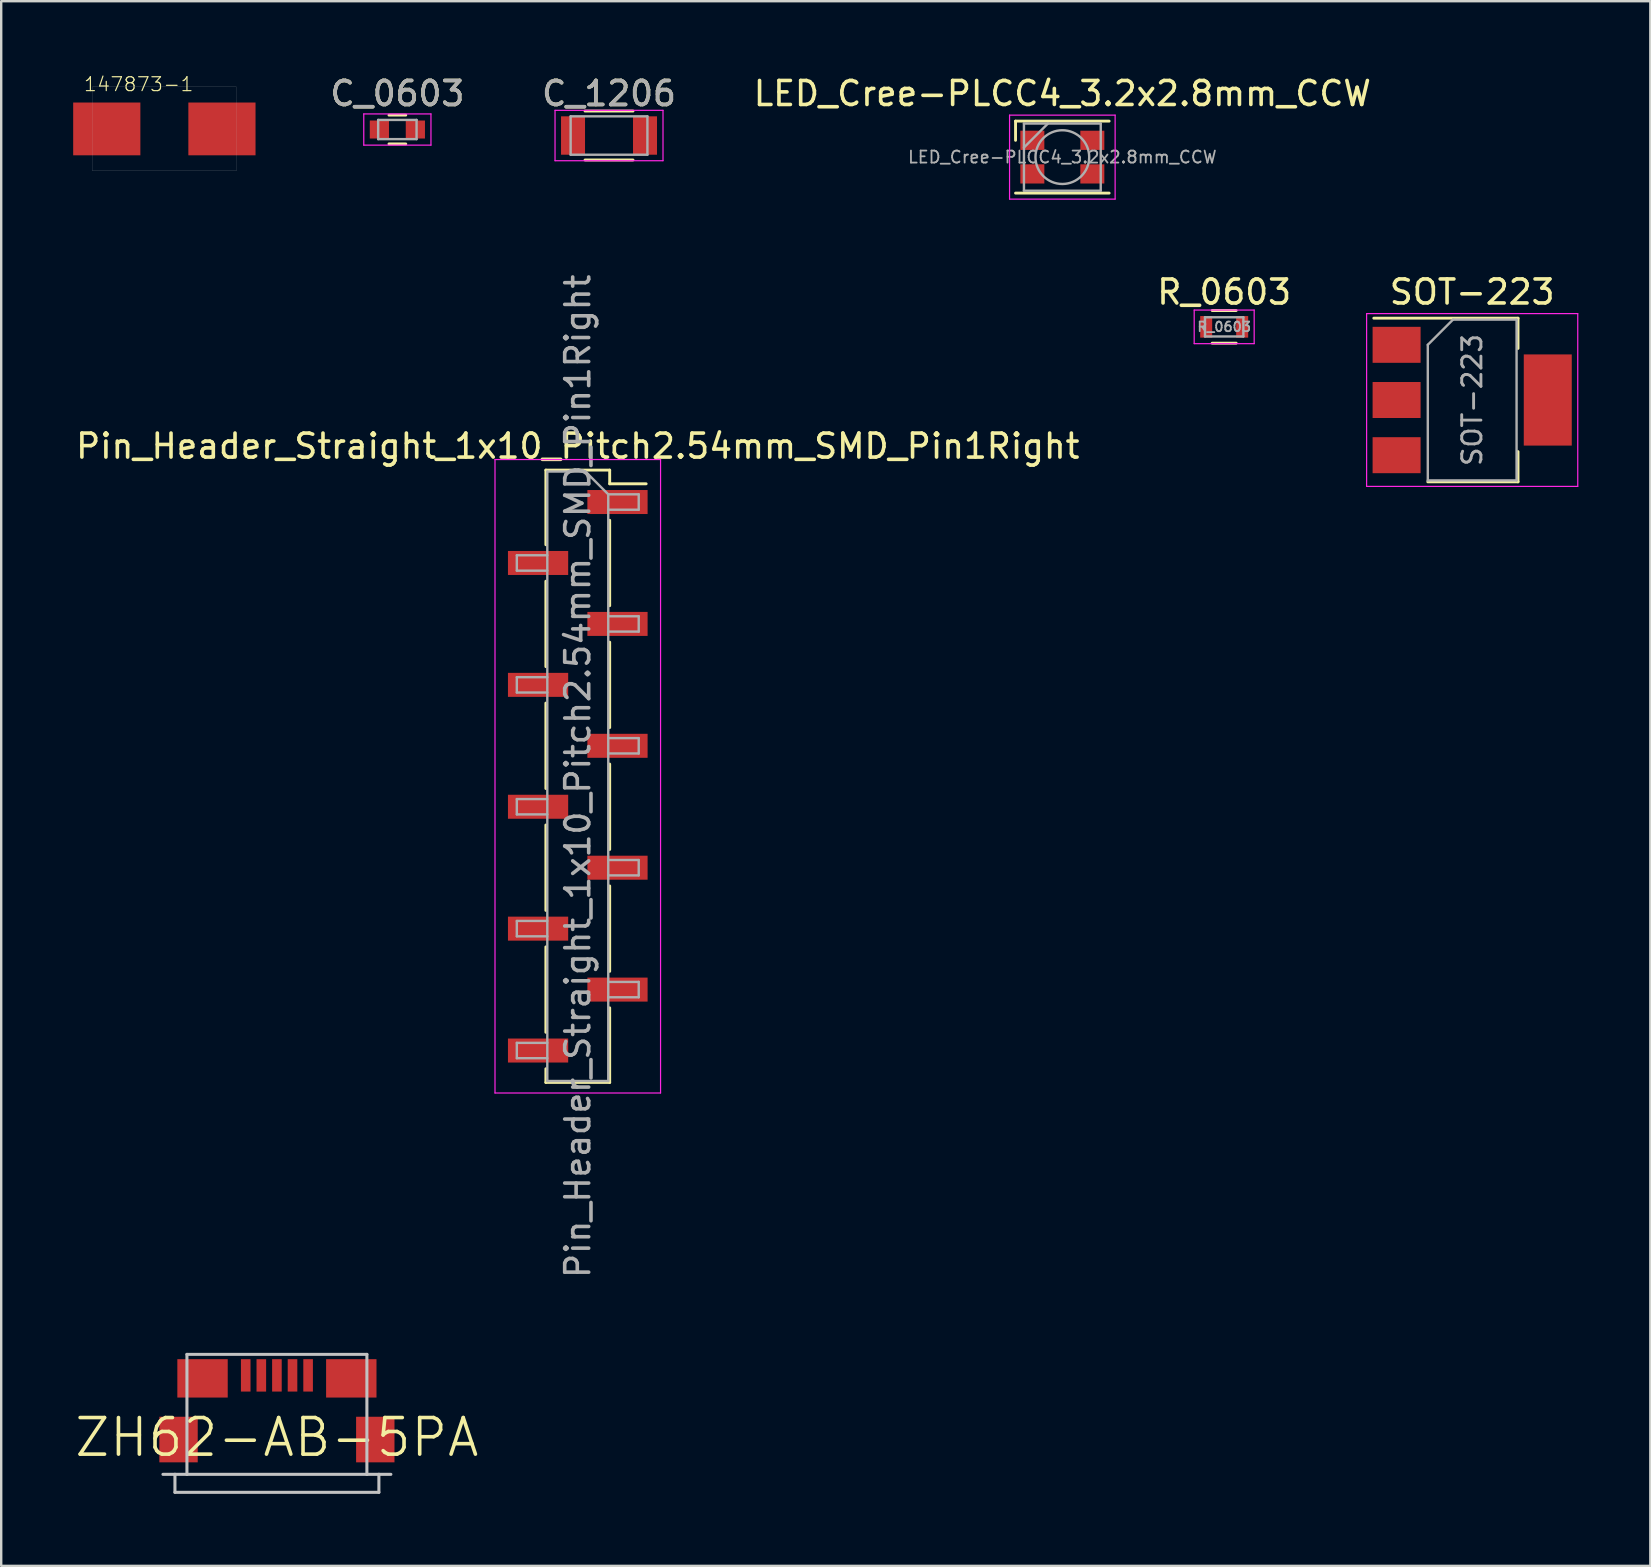
<source format=kicad_pcb>
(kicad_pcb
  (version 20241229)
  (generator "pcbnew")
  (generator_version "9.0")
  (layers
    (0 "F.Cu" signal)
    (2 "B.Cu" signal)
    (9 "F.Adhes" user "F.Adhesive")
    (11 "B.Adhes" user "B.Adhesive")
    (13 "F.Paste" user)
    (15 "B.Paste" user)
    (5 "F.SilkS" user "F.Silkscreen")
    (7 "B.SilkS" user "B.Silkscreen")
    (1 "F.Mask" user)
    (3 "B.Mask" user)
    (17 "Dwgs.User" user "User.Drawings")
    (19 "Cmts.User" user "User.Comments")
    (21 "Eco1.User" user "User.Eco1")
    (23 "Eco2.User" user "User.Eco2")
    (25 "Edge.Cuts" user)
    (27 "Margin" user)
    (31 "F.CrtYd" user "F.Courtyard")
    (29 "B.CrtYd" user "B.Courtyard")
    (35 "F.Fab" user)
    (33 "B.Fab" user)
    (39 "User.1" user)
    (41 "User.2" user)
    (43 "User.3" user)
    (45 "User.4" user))
  (footprint "C_0603"
    (layer "F.Cu")
    (at 13.511 2.348)
    (property "Reference" "C_0603" (at 0 -1.5 0) (layer "F.SilkS") (effects (font (size 1 1) (thickness 0.15))))
    (attr smd)
    (fp_line (start -0.35 -0.6) (end 0.35 -0.6) (stroke (width 0.12) (type solid)) (layer "F.SilkS"))
    (fp_line (start 0.35 0.6) (end -0.35 0.6) (stroke (width 0.12) (type solid)) (layer "F.SilkS"))
    (fp_line (start -1.4 -0.65) (end -1.4 0.65) (stroke (width 0.05) (type solid)) (layer "F.CrtYd"))
    (fp_line (start -1.4 -0.65) (end 1.4 -0.65) (stroke (width 0.05) (type solid)) (layer "F.CrtYd"))
    (fp_line (start 1.4 0.65) (end -1.4 0.65) (stroke (width 0.05) (type solid)) (layer "F.CrtYd"))
    (fp_line (start 1.4 0.65) (end 1.4 -0.65) (stroke (width 0.05) (type solid)) (layer "F.CrtYd"))
    (fp_line (start -0.8 -0.4) (end 0.8 -0.4) (stroke (width 0.1) (type solid)) (layer "F.Fab"))
    (fp_line (start -0.8 0.4) (end -0.8 -0.4) (stroke (width 0.1) (type solid)) (layer "F.Fab"))
    (fp_line (start 0.8 -0.4) (end 0.8 0.4) (stroke (width 0.1) (type solid)) (layer "F.Fab"))
    (fp_line (start 0.8 0.4) (end -0.8 0.4) (stroke (width 0.1) (type solid)) (layer "F.Fab"))
    (fp_text user "${REFERENCE}" (at 0 -1.5 0) (layer "F.Fab") (effects (font (size 1 1) (thickness 0.15))))
    (pad "1" smd rect (at -0.75 0) (size 0.8 0.75) (layers "F.Cu" "F.Mask" "F.Paste"))
    (pad "2" smd rect (at 0.75 0) (size 0.8 0.75) (layers "F.Cu" "F.Mask" "F.Paste")))
  (footprint "R_0603"
    (layer "F.Cu")
    (at 47.97 10.572)
    (property "Reference" "R_0603" (at 0 -1.45 0) (layer "F.SilkS") (effects (font (size 1 1) (thickness 0.15))))
    (attr smd)
    (fp_line (start -0.5 -0.68) (end 0.5 -0.68) (stroke (width 0.12) (type solid)) (layer "F.SilkS"))
    (fp_line (start 0.5 0.68) (end -0.5 0.68) (stroke (width 0.12) (type solid)) (layer "F.SilkS"))
    (fp_line (start -1.25 -0.7) (end -1.25 0.7) (stroke (width 0.05) (type solid)) (layer "F.CrtYd"))
    (fp_line (start -1.25 -0.7) (end 1.25 -0.7) (stroke (width 0.05) (type solid)) (layer "F.CrtYd"))
    (fp_line (start 1.25 0.7) (end -1.25 0.7) (stroke (width 0.05) (type solid)) (layer "F.CrtYd"))
    (fp_line (start 1.25 0.7) (end 1.25 -0.7) (stroke (width 0.05) (type solid)) (layer "F.CrtYd"))
    (fp_line (start -0.8 -0.4) (end 0.8 -0.4) (stroke (width 0.1) (type solid)) (layer "F.Fab"))
    (fp_line (start -0.8 0.4) (end -0.8 -0.4) (stroke (width 0.1) (type solid)) (layer "F.Fab"))
    (fp_line (start 0.8 -0.4) (end 0.8 0.4) (stroke (width 0.1) (type solid)) (layer "F.Fab"))
    (fp_line (start 0.8 0.4) (end -0.8 0.4) (stroke (width 0.1) (type solid)) (layer "F.Fab"))
    (fp_text user "${REFERENCE}" (at 0 0 0) (layer "F.Fab") (effects (font (size 0.4 0.4) (thickness 0.075))))
    (pad "1" smd rect (at -0.75 0) (size 0.5 0.9) (layers "F.Cu" "F.Mask" "F.Paste"))
    (pad "2" smd rect (at 0.75 0) (size 0.5 0.9) (layers "F.Cu" "F.Mask" "F.Paste")))
  (footprint "147873-1"
    (layer "F.Cu")
    (at 3.8 2.323)
    (property "Reference" "147873-1" (at 1.25 -2.2 0) (layer "F.SilkS") (effects (font (size 0.579 0.579) (thickness 0.049)) (justify right top)))
    (attr through_hole)
    (fp_line (start -3 -1.75) (end 3 -1.75) (stroke (width 0.005) (type solid)) (layer "Dwgs.User"))
    (fp_line (start -3 1.75) (end -3 -1.75) (stroke (width 0.005) (type solid)) (layer "Dwgs.User"))
    (fp_line (start 3 -1.75) (end 3 1.75) (stroke (width 0.005) (type solid)) (layer "Dwgs.User"))
    (fp_line (start 3 1.75) (end -3 1.75) (stroke (width 0.005) (type solid)) (layer "Dwgs.User"))
    (pad "1" smd rect (at -2.4 0) (size 2.8 2.2) (layers "F.Cu" "F.Mask" "F.Paste"))
    (pad "2" smd rect (at 2.4 0) (size 2.8 2.2) (layers "F.Cu" "F.Mask" "F.Paste")))
  (footprint "Pin_Header_Straight_1x10_Pitch2.54mm_SMD_Pin1Right"
    (layer "F.Cu")
    (at 21.03 29.303)
    (property "Reference" "Pin_Header_Straight_1x10_Pitch2.54mm_SMD_Pin1Right" (at 0 -13.76 0) (layer "F.SilkS") (effects (font (size 1 1) (thickness 0.15))))
    (attr smd)
    (fp_line (start -1.33 -12.76) (end -1.33 -9.65) (stroke (width 0.12) (type solid)) (layer "F.SilkS"))
    (fp_line (start -1.33 -12.76) (end 1.33 -12.76) (stroke (width 0.12) (type solid)) (layer "F.SilkS"))
    (fp_line (start -1.33 -8.13) (end -1.33 -4.57) (stroke (width 0.12) (type solid)) (layer "F.SilkS"))
    (fp_line (start -1.33 -3.05) (end -1.33 0.51) (stroke (width 0.12) (type solid)) (layer "F.SilkS"))
    (fp_line (start -1.33 2.03) (end -1.33 5.59) (stroke (width 0.12) (type solid)) (layer "F.SilkS"))
    (fp_line (start -1.33 7.11) (end -1.33 10.67) (stroke (width 0.12) (type solid)) (layer "F.SilkS"))
    (fp_line (start -1.33 12.19) (end -1.33 12.76) (stroke (width 0.12) (type solid)) (layer "F.SilkS"))
    (fp_line (start -1.33 12.76) (end 1.33 12.76) (stroke (width 0.12) (type solid)) (layer "F.SilkS"))
    (fp_line (start 1.33 -12.76) (end 1.33 -12.19) (stroke (width 0.12) (type solid)) (layer "F.SilkS"))
    (fp_line (start 1.33 -12.19) (end 2.85 -12.19) (stroke (width 0.12) (type solid)) (layer "F.SilkS"))
    (fp_line (start 1.33 -10.67) (end 1.33 -7.11) (stroke (width 0.12) (type solid)) (layer "F.SilkS"))
    (fp_line (start 1.33 -5.59) (end 1.33 -2.03) (stroke (width 0.12) (type solid)) (layer "F.SilkS"))
    (fp_line (start 1.33 -0.51) (end 1.33 3.05) (stroke (width 0.12) (type solid)) (layer "F.SilkS"))
    (fp_line (start 1.33 4.57) (end 1.33 8.13) (stroke (width 0.12) (type solid)) (layer "F.SilkS"))
    (fp_line (start 1.33 9.65) (end 1.33 12.76) (stroke (width 0.12) (type solid)) (layer "F.SilkS"))
    (fp_line (start -3.45 -13.2) (end -3.45 13.2) (stroke (width 0.05) (type solid)) (layer "F.CrtYd"))
    (fp_line (start -3.45 13.2) (end 3.45 13.2) (stroke (width 0.05) (type solid)) (layer "F.CrtYd"))
    (fp_line (start 3.45 -13.2) (end -3.45 -13.2) (stroke (width 0.05) (type solid)) (layer "F.CrtYd"))
    (fp_line (start 3.45 13.2) (end 3.45 -13.2) (stroke (width 0.05) (type solid)) (layer "F.CrtYd"))
    (fp_line (start -2.54 -9.21) (end -2.54 -8.57) (stroke (width 0.1) (type solid)) (layer "F.Fab"))
    (fp_line (start -2.54 -8.57) (end -1.27 -8.57) (stroke (width 0.1) (type solid)) (layer "F.Fab"))
    (fp_line (start -2.54 -4.13) (end -2.54 -3.49) (stroke (width 0.1) (type solid)) (layer "F.Fab"))
    (fp_line (start -2.54 -3.49) (end -1.27 -3.49) (stroke (width 0.1) (type solid)) (layer "F.Fab"))
    (fp_line (start -2.54 0.95) (end -2.54 1.59) (stroke (width 0.1) (type solid)) (layer "F.Fab"))
    (fp_line (start -2.54 1.59) (end -1.27 1.59) (stroke (width 0.1) (type solid)) (layer "F.Fab"))
    (fp_line (start -2.54 6.03) (end -2.54 6.67) (stroke (width 0.1) (type solid)) (layer "F.Fab"))
    (fp_line (start -2.54 6.67) (end -1.27 6.67) (stroke (width 0.1) (type solid)) (layer "F.Fab"))
    (fp_line (start -2.54 11.11) (end -2.54 11.75) (stroke (width 0.1) (type solid)) (layer "F.Fab"))
    (fp_line (start -2.54 11.75) (end -1.27 11.75) (stroke (width 0.1) (type solid)) (layer "F.Fab"))
    (fp_line (start -1.27 -12.7) (end -1.27 12.7) (stroke (width 0.1) (type solid)) (layer "F.Fab"))
    (fp_line (start -1.27 -12.7) (end 0.32 -12.7) (stroke (width 0.1) (type solid)) (layer "F.Fab"))
    (fp_line (start -1.27 -9.21) (end -2.54 -9.21) (stroke (width 0.1) (type solid)) (layer "F.Fab"))
    (fp_line (start -1.27 -4.13) (end -2.54 -4.13) (stroke (width 0.1) (type solid)) (layer "F.Fab"))
    (fp_line (start -1.27 0.95) (end -2.54 0.95) (stroke (width 0.1) (type solid)) (layer "F.Fab"))
    (fp_line (start -1.27 6.03) (end -2.54 6.03) (stroke (width 0.1) (type solid)) (layer "F.Fab"))
    (fp_line (start -1.27 11.11) (end -2.54 11.11) (stroke (width 0.1) (type solid)) (layer "F.Fab"))
    (fp_line (start 1.27 -11.75) (end 0.32 -12.7) (stroke (width 0.1) (type solid)) (layer "F.Fab"))
    (fp_line (start 1.27 -11.75) (end 2.54 -11.75) (stroke (width 0.1) (type solid)) (layer "F.Fab"))
    (fp_line (start 1.27 -6.67) (end 2.54 -6.67) (stroke (width 0.1) (type solid)) (layer "F.Fab"))
    (fp_line (start 1.27 -1.59) (end 2.54 -1.59) (stroke (width 0.1) (type solid)) (layer "F.Fab"))
    (fp_line (start 1.27 3.49) (end 2.54 3.49) (stroke (width 0.1) (type solid)) (layer "F.Fab"))
    (fp_line (start 1.27 8.57) (end 2.54 8.57) (stroke (width 0.1) (type solid)) (layer "F.Fab"))
    (fp_line (start 1.27 12.7) (end -1.27 12.7) (stroke (width 0.1) (type solid)) (layer "F.Fab"))
    (fp_line (start 1.27 12.7) (end 1.27 -11.75) (stroke (width 0.1) (type solid)) (layer "F.Fab"))
    (fp_line (start 2.54 -11.75) (end 2.54 -11.11) (stroke (width 0.1) (type solid)) (layer "F.Fab"))
    (fp_line (start 2.54 -11.11) (end 1.27 -11.11) (stroke (width 0.1) (type solid)) (layer "F.Fab"))
    (fp_line (start 2.54 -6.67) (end 2.54 -6.03) (stroke (width 0.1) (type solid)) (layer "F.Fab"))
    (fp_line (start 2.54 -6.03) (end 1.27 -6.03) (stroke (width 0.1) (type solid)) (layer "F.Fab"))
    (fp_line (start 2.54 -1.59) (end 2.54 -0.95) (stroke (width 0.1) (type solid)) (layer "F.Fab"))
    (fp_line (start 2.54 -0.95) (end 1.27 -0.95) (stroke (width 0.1) (type solid)) (layer "F.Fab"))
    (fp_line (start 2.54 3.49) (end 2.54 4.13) (stroke (width 0.1) (type solid)) (layer "F.Fab"))
    (fp_line (start 2.54 4.13) (end 1.27 4.13) (stroke (width 0.1) (type solid)) (layer "F.Fab"))
    (fp_line (start 2.54 8.57) (end 2.54 9.21) (stroke (width 0.1) (type solid)) (layer "F.Fab"))
    (fp_line (start 2.54 9.21) (end 1.27 9.21) (stroke (width 0.1) (type solid)) (layer "F.Fab"))
    (fp_text user "${REFERENCE}" (at 0 0 90) (layer "F.Fab") (effects (font (size 1 1) (thickness 0.15))))
    (pad "1" smd rect (at 1.655 -11.43) (size 2.51 1) (layers "F.Cu" "F.Mask" "F.Paste"))
    (pad "2" smd rect (at -1.655 -8.89) (size 2.51 1) (layers "F.Cu" "F.Mask" "F.Paste"))
    (pad "3" smd rect (at 1.655 -6.35) (size 2.51 1) (layers "F.Cu" "F.Mask" "F.Paste"))
    (pad "4" smd rect (at -1.655 -3.81) (size 2.51 1) (layers "F.Cu" "F.Mask" "F.Paste"))
    (pad "5" smd rect (at 1.655 -1.27) (size 2.51 1) (layers "F.Cu" "F.Mask" "F.Paste"))
    (pad "6" smd rect (at -1.655 1.27) (size 2.51 1) (layers "F.Cu" "F.Mask" "F.Paste"))
    (pad "7" smd rect (at 1.655 3.81) (size 2.51 1) (layers "F.Cu" "F.Mask" "F.Paste"))
    (pad "8" smd rect (at -1.655 6.35) (size 2.51 1) (layers "F.Cu" "F.Mask" "F.Paste"))
    (pad "9" smd rect (at 1.655 8.89) (size 2.51 1) (layers "F.Cu" "F.Mask" "F.Paste"))
    (pad "10" smd rect (at -1.655 11.43) (size 2.51 1) (layers "F.Cu" "F.Mask" "F.Paste")))
  (footprint "C_1206"
    (layer "F.Cu")
    (at 22.332 2.598)
    (property "Reference" "C_1206" (at 0 -1.75 0) (layer "F.SilkS") (effects (font (size 1 1) (thickness 0.15))))
    (attr smd)
    (fp_line (start -1 1.02) (end 1 1.02) (stroke (width 0.12) (type solid)) (layer "F.SilkS"))
    (fp_line (start 1 -1.02) (end -1 -1.02) (stroke (width 0.12) (type solid)) (layer "F.SilkS"))
    (fp_line (start -2.25 -1.05) (end -2.25 1.05) (stroke (width 0.05) (type solid)) (layer "F.CrtYd"))
    (fp_line (start -2.25 -1.05) (end 2.25 -1.05) (stroke (width 0.05) (type solid)) (layer "F.CrtYd"))
    (fp_line (start 2.25 1.05) (end -2.25 1.05) (stroke (width 0.05) (type solid)) (layer "F.CrtYd"))
    (fp_line (start 2.25 1.05) (end 2.25 -1.05) (stroke (width 0.05) (type solid)) (layer "F.CrtYd"))
    (fp_line (start -1.6 -0.8) (end 1.6 -0.8) (stroke (width 0.1) (type solid)) (layer "F.Fab"))
    (fp_line (start -1.6 0.8) (end -1.6 -0.8) (stroke (width 0.1) (type solid)) (layer "F.Fab"))
    (fp_line (start 1.6 -0.8) (end 1.6 0.8) (stroke (width 0.1) (type solid)) (layer "F.Fab"))
    (fp_line (start 1.6 0.8) (end -1.6 0.8) (stroke (width 0.1) (type solid)) (layer "F.Fab"))
    (fp_text user "${REFERENCE}" (at 0 -1.75 0) (layer "F.Fab") (effects (font (size 1 1) (thickness 0.15))))
    (pad "1" smd rect (at -1.5 0) (size 1 1.6) (layers "F.Cu" "F.Mask" "F.Paste"))
    (pad "2" smd rect (at 1.5 0) (size 1 1.6) (layers "F.Cu" "F.Mask" "F.Paste")))
  (footprint "ZH62-AB-5PA"
    (layer "F.Cu")
    (at 8.491 56.856)
    (property "Reference" "ZH62-AB-5PA" (at 0 0 0) (layer "F.SilkS") (effects (font (size 1.524 1.524) (thickness 0.15))))
    (attr through_hole)
    (fp_line (start -4.75 1.54) (end -4.25 1.54) (stroke (width 0.127) (type solid)) (layer "Dwgs.User"))
    (fp_line (start -4.25 1.54) (end -3.75 1.54) (stroke (width 0.127) (type solid)) (layer "Dwgs.User"))
    (fp_line (start -4.25 2.29) (end -4.25 1.54) (stroke (width 0.127) (type solid)) (layer "Dwgs.User"))
    (fp_line (start -4.25 2.29) (end 4.25 2.29) (stroke (width 0.127) (type solid)) (layer "Dwgs.User"))
    (fp_line (start -3.75 -3.46) (end 3.75 -3.46) (stroke (width 0.127) (type solid)) (layer "Dwgs.User"))
    (fp_line (start -3.75 1.54) (end -3.75 -3.46) (stroke (width 0.127) (type solid)) (layer "Dwgs.User"))
    (fp_line (start -3.75 1.54) (end 3.75 1.54) (stroke (width 0.127) (type solid)) (layer "Dwgs.User"))
    (fp_line (start 3.75 -3.46) (end 3.75 1.54) (stroke (width 0.127) (type solid)) (layer "Dwgs.User"))
    (fp_line (start 3.75 1.54) (end 4.25 1.54) (stroke (width 0.127) (type solid)) (layer "Dwgs.User"))
    (fp_line (start 4.25 1.54) (end 4.75 1.54) (stroke (width 0.127) (type solid)) (layer "Dwgs.User"))
    (fp_line (start 4.25 2.29) (end 4.25 1.54) (stroke (width 0.127) (type solid)) (layer "Dwgs.User"))
    (pad "1" smd rect (at -1.3 -2.585 90) (size 1.35 0.4) (layers "F.Cu" "F.Mask" "F.Paste"))
    (pad "2" smd rect (at -0.65 -2.584 90) (size 1.35 0.4) (layers "F.Cu" "F.Mask" "F.Paste"))
    (pad "3" smd rect (at 0 -2.585 90) (size 1.35 0.4) (layers "F.Cu" "F.Mask" "F.Paste"))
    (pad "4" smd rect (at 0.65 -2.585 90) (size 1.35 0.4) (layers "F.Cu" "F.Mask" "F.Paste"))
    (pad "5" smd rect (at 1.3 -2.585 90) (size 1.35 0.4) (layers "F.Cu" "F.Mask" "F.Paste"))
    (pad "6" smd rect (at -4.1 0.09 90) (size 1.9 1.6) (layers "F.Cu" "F.Mask" "F.Paste"))
    (pad "P$7" smd rect (at -3.1 -2.46) (size 2.1 1.6) (layers "F.Cu" "F.Mask" "F.Paste"))
    (pad "P$8" smd rect (at 3.1 -2.46) (size 2.1 1.6) (layers "F.Cu" "F.Mask" "F.Paste"))
    (pad "P$9" smd rect (at 4.1 0.09 90) (size 1.9 1.6) (layers "F.Cu" "F.Mask" "F.Paste")))
  (footprint "SOT-223"
    (layer "F.Cu")
    (at 58.306 13.621)
    (property "Reference" "SOT-223" (at 0 -4.5 0) (layer "F.SilkS") (effects (font (size 1 1) (thickness 0.15))))
    (attr smd)
    (fp_line (start -4.1 -3.41) (end 1.91 -3.41) (stroke (width 0.12) (type solid)) (layer "F.SilkS"))
    (fp_line (start -1.85 3.41) (end 1.91 3.41) (stroke (width 0.12) (type solid)) (layer "F.SilkS"))
    (fp_line (start 1.91 -3.41) (end 1.91 -2.15) (stroke (width 0.12) (type solid)) (layer "F.SilkS"))
    (fp_line (start 1.91 3.41) (end 1.91 2.15) (stroke (width 0.12) (type solid)) (layer "F.SilkS"))
    (fp_line (start -4.4 -3.6) (end -4.4 3.6) (stroke (width 0.05) (type solid)) (layer "F.CrtYd"))
    (fp_line (start -4.4 3.6) (end 4.4 3.6) (stroke (width 0.05) (type solid)) (layer "F.CrtYd"))
    (fp_line (start 4.4 -3.6) (end -4.4 -3.6) (stroke (width 0.05) (type solid)) (layer "F.CrtYd"))
    (fp_line (start 4.4 3.6) (end 4.4 -3.6) (stroke (width 0.05) (type solid)) (layer "F.CrtYd"))
    (fp_line (start -1.85 -2.3) (end -1.85 3.35) (stroke (width 0.1) (type solid)) (layer "F.Fab"))
    (fp_line (start -1.85 -2.3) (end -0.8 -3.35) (stroke (width 0.1) (type solid)) (layer "F.Fab"))
    (fp_line (start -1.85 3.35) (end 1.85 3.35) (stroke (width 0.1) (type solid)) (layer "F.Fab"))
    (fp_line (start -0.8 -3.35) (end 1.85 -3.35) (stroke (width 0.1) (type solid)) (layer "F.Fab"))
    (fp_line (start 1.85 -3.35) (end 1.85 3.35) (stroke (width 0.1) (type solid)) (layer "F.Fab"))
    (fp_text user "${REFERENCE}" (at 0 0 90) (layer "F.Fab") (effects (font (size 0.8 0.8) (thickness 0.12))))
    (pad "1" smd rect (at -3.15 -2.3) (size 2 1.5) (layers "F.Cu" "F.Mask" "F.Paste"))
    (pad "2" smd rect (at -3.15 0) (size 2 1.5) (layers "F.Cu" "F.Mask" "F.Paste"))
    (pad "3" smd rect (at -3.15 2.3) (size 2 1.5) (layers "F.Cu" "F.Mask" "F.Paste"))
    (pad "4" smd rect (at 3.15 0) (size 2 3.8) (layers "F.Cu" "F.Mask" "F.Paste")))
  (footprint "LED_Cree-PLCC4_3.2x2.8mm_CCW"
    (layer "F.Cu")
    (at 41.225 3.498)
    (property "Reference" "LED_Cree-PLCC4_3.2x2.8mm_CCW" (at 0 -2.65 0) (layer "F.SilkS") (effects (font (size 1 1) (thickness 0.15))))
    (attr smd)
    (fp_line (start -1.95 -1.5) (end 1.95 -1.5) (stroke (width 0.12) (type solid)) (layer "F.SilkS"))
    (fp_line (start -1.95 -0.7) (end -1.95 -1.5) (stroke (width 0.12) (type solid)) (layer "F.SilkS"))
    (fp_line (start -1.95 1.5) (end 1.95 1.5) (stroke (width 0.12) (type solid)) (layer "F.SilkS"))
    (fp_line (start -2.2 -1.75) (end -2.2 1.75) (stroke (width 0.05) (type solid)) (layer "F.CrtYd"))
    (fp_line (start -2.2 1.75) (end 2.2 1.75) (stroke (width 0.05) (type solid)) (layer "F.CrtYd"))
    (fp_line (start 2.2 -1.75) (end -2.2 -1.75) (stroke (width 0.05) (type solid)) (layer "F.CrtYd"))
    (fp_line (start 2.2 1.75) (end 2.2 -1.75) (stroke (width 0.05) (type solid)) (layer "F.CrtYd"))
    (fp_line (start -1.6 -1.4) (end -1.6 1.4) (stroke (width 0.1) (type solid)) (layer "F.Fab"))
    (fp_line (start -1.6 1.4) (end 1.6 1.4) (stroke (width 0.1) (type solid)) (layer "F.Fab"))
    (fp_line (start -0.6 -1.4) (end -1.6 -0.4) (stroke (width 0.1) (type solid)) (layer "F.Fab"))
    (fp_line (start 1.6 -1.4) (end -1.6 -1.4) (stroke (width 0.1) (type solid)) (layer "F.Fab"))
    (fp_line (start 1.6 1.4) (end 1.6 -1.4) (stroke (width 0.1) (type solid)) (layer "F.Fab"))
    (fp_circle (center 0 0) (end 1.12 0) (stroke (width 0.1) (type solid)) (fill no) (layer "F.Fab"))
    (fp_text user "${REFERENCE}" (at 0 0 0) (layer "F.Fab") (effects (font (size 0.5 0.5) (thickness 0.075))))
    (pad "1" smd rect (at -1.25 -0.7) (size 1 0.8) (layers "F.Cu" "F.Mask" "F.Paste"))
    (pad "2" smd rect (at -1.25 0.7) (size 1 0.8) (layers "F.Cu" "F.Mask" "F.Paste"))
    (pad "3" smd rect (at 1.25 0.7) (size 1 0.8) (layers "F.Cu" "F.Mask" "F.Paste"))
    (pad "4" smd rect (at 1.25 -0.7) (size 1 0.8) (layers "F.Cu" "F.Mask" "F.Paste")))
  (gr_rect
    (start -3 -3)
    (end 65.731 62.21)
    (stroke (width 0.1) (type default))
    (fill no)
    (layer "Edge.Cuts")))
</source>
